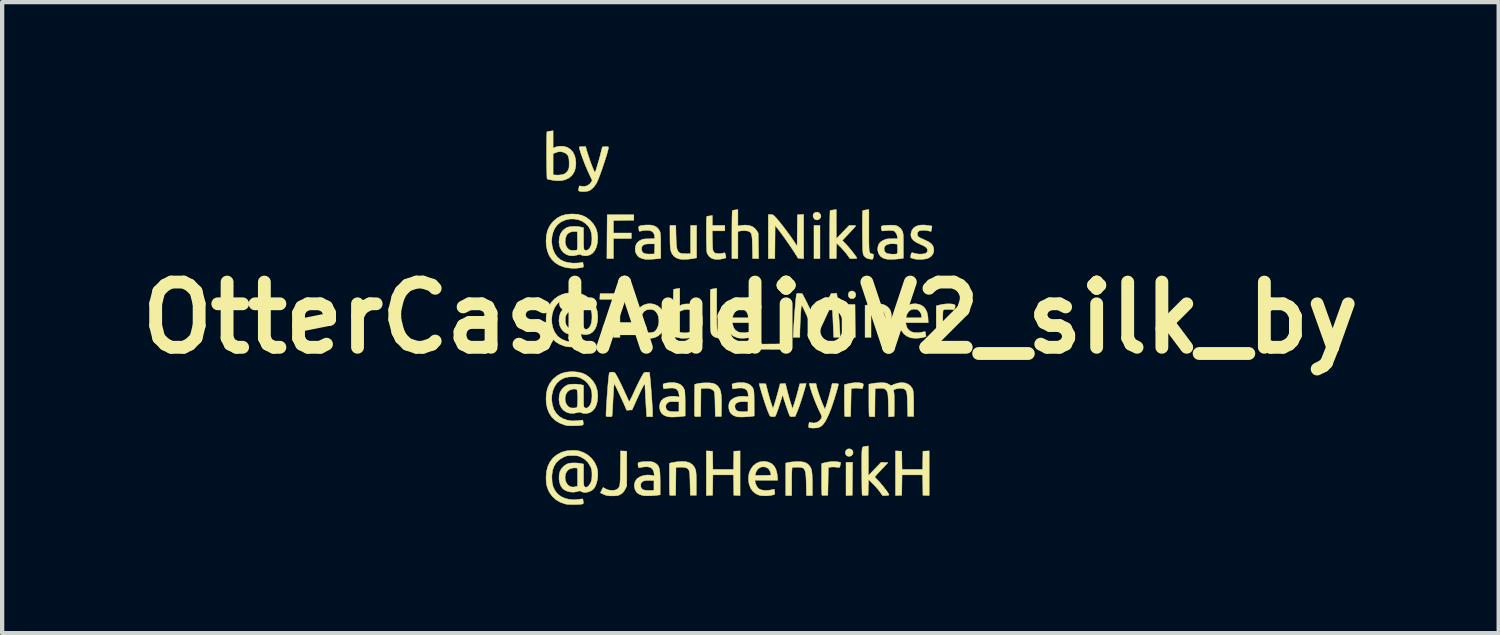
<source format=kicad_pcb>
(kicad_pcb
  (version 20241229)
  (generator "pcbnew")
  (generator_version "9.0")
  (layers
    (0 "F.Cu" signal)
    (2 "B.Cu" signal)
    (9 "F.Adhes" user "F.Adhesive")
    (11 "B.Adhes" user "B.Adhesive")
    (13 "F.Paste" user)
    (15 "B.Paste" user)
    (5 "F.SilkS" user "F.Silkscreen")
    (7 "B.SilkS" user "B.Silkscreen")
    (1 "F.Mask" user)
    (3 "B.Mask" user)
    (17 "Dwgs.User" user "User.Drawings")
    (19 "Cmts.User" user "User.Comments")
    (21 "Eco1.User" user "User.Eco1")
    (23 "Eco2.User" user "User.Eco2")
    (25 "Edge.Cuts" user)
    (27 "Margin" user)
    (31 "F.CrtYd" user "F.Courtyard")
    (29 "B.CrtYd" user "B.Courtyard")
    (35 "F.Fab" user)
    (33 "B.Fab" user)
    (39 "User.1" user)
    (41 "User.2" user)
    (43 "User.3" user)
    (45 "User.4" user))
  (footprint "OtterCastAudioV2_silk_by"
    (layer "F.Cu")
    (at 14.485 4.376)
    (property "Reference" "OtterCastAudioV2_silk_by" (at 0 0 0) (layer "F.SilkS") (effects (font (size 1.524 1.524) (thickness 0.3))))
    (attr through_hole)
    (fp_poly (pts (xy 1.626 -1.384) (xy 1.486 -1.384) (xy 1.486 -2.159) (xy 1.626 -2.159) (xy 1.626 -1.384)) (stroke (width 0.01) (type solid)) (fill yes) (layer "F.SilkS"))
    (fp_poly (pts (xy 2.381 4.147) (xy 2.308 4.15) (xy 2.235 4.154) (xy 2.235 3.378) (xy 2.388 3.378) (xy 2.381 4.147)) (stroke (width 0.01) (type solid)) (fill yes) (layer "F.SilkS"))
    (fp_poly (pts (xy 2.451 0.457) (xy 2.298 0.457) (xy 2.302 0.073) (xy 2.305 -0.311) (xy 2.445 -0.311) (xy 2.451 0.457)) (stroke (width 0.01) (type solid)) (fill yes) (layer "F.SilkS"))
    (fp_poly (pts (xy -2.72 -0.498) (xy -2.716 -0.432) (xy -3.048 -0.432) (xy -3.048 0.457) (xy -3.2 0.457) (xy -3.2 -0.432) (xy -3.519 -0.432) (xy -3.512 -0.565) (xy -2.724 -0.565) (xy -2.72 -0.498)) (stroke (width 0.01) (type solid)) (fill yes) (layer "F.SilkS"))
    (fp_poly (pts (xy -2.724 -2.28) (xy -3.2 -2.273) (xy -3.2 -1.981) (xy -2.781 -1.981) (xy -2.781 -1.854) (xy -3.2 -1.854) (xy -3.2 -1.384) (xy -3.353 -1.384) (xy -3.35 -1.895) (xy -3.346 -2.407) (xy -2.724 -2.407) (xy -2.724 -2.28)) (stroke (width 0.01) (type solid)) (fill yes) (layer "F.SilkS"))
    (fp_poly (pts (xy 0.914 0.737) (xy 0.546 0.737) (xy 0.436 0.736) (xy 0.35 0.736) (xy 0.284 0.735) (xy 0.236 0.733) (xy 0.203 0.73) (xy 0.182 0.726) (xy 0.172 0.722) (xy 0.17 0.719) (xy 0.167 0.694) (xy 0.167 0.66) (xy 0.167 0.658) (xy 0.171 0.616) (xy 0.914 0.609) (xy 0.914 0.737)) (stroke (width 0.01) (type solid)) (fill yes) (layer "F.SilkS"))
    (fp_poly (pts (xy 1.606 -2.454) (xy 1.635 -2.42) (xy 1.637 -2.418) (xy 1.649 -2.38) (xy 1.645 -2.35) (xy 1.625 -2.319) (xy 1.593 -2.293) (xy 1.556 -2.286) (xy 1.515 -2.295) (xy 1.487 -2.319) (xy 1.465 -2.364) (xy 1.465 -2.407) (xy 1.486 -2.443) (xy 1.521 -2.465) (xy 1.565 -2.47) (xy 1.606 -2.454)) (stroke (width 0.01) (type solid)) (fill yes) (layer "F.SilkS"))
    (fp_poly (pts (xy 2.353 3.071) (xy 2.386 3.1) (xy 2.4 3.143) (xy 2.4 3.15) (xy 2.39 3.191) (xy 2.362 3.221) (xy 2.325 3.237) (xy 2.284 3.238) (xy 2.247 3.219) (xy 2.241 3.213) (xy 2.22 3.174) (xy 2.219 3.132) (xy 2.237 3.095) (xy 2.269 3.069) (xy 2.307 3.061) (xy 2.353 3.071)) (stroke (width 0.01) (type solid)) (fill yes) (layer "F.SilkS"))
    (fp_poly (pts (xy 2.429 -0.608) (xy 2.455 -0.576) (xy 2.464 -0.538) (xy 2.453 -0.492) (xy 2.424 -0.459) (xy 2.382 -0.445) (xy 2.375 -0.445) (xy 2.338 -0.453) (xy 2.311 -0.47) (xy 2.291 -0.506) (xy 2.287 -0.549) (xy 2.299 -0.589) (xy 2.312 -0.603) (xy 2.351 -0.625) (xy 2.392 -0.625) (xy 2.429 -0.608)) (stroke (width 0.01) (type solid)) (fill yes) (layer "F.SilkS"))
    (fp_poly (pts (xy -0.241 4.154) (xy -0.314 4.15) (xy -0.387 4.147) (xy -0.391 3.908) (xy -0.394 3.67) (xy -0.876 3.67) (xy -0.883 4.147) (xy -0.956 4.15) (xy -1.029 4.154) (xy -1.029 3.11) (xy -0.883 3.118) (xy -0.876 3.543) (xy -0.394 3.543) (xy -0.391 3.331) (xy -0.387 3.118) (xy -0.241 3.11) (xy -0.241 4.154)) (stroke (width 0.01) (type solid)) (fill yes) (layer "F.SilkS"))
    (fp_poly (pts (xy 4.178 4.154) (xy 4.105 4.15) (xy 4.032 4.147) (xy 4.029 3.908) (xy 4.025 3.67) (xy 3.544 3.67) (xy 3.537 4.147) (xy 3.464 4.15) (xy 3.391 4.154) (xy 3.391 3.11) (xy 3.537 3.118) (xy 3.544 3.543) (xy 4.025 3.543) (xy 4.029 3.331) (xy 4.032 3.118) (xy 4.178 3.11) (xy 4.178 4.154)) (stroke (width 0.01) (type solid)) (fill yes) (layer "F.SilkS"))
    (fp_poly (pts (xy 4.677 -0.325) (xy 4.678 -0.325) (xy 4.733 -0.318) (xy 4.766 -0.309) (xy 4.782 -0.294) (xy 4.785 -0.271) (xy 4.78 -0.239) (xy 4.77 -0.204) (xy 4.758 -0.189) (xy 4.743 -0.188) (xy 4.707 -0.192) (xy 4.659 -0.194) (xy 4.608 -0.194) (xy 4.561 -0.193) (xy 4.528 -0.19) (xy 4.518 -0.188) (xy 4.511 -0.183) (xy 4.506 -0.174) (xy 4.502 -0.156) (xy 4.499 -0.128) (xy 4.497 -0.086) (xy 4.496 -0.027) (xy 4.496 0.051) (xy 4.496 0.139) (xy 4.496 0.457) (xy 4.343 0.457) (xy 4.343 -0.278) (xy 4.391 -0.292) (xy 4.493 -0.315) (xy 4.591 -0.326) (xy 4.677 -0.325)) (stroke (width 0.01) (type solid)) (fill yes) (layer "F.SilkS"))
    (fp_poly (pts (xy 1.245 -1.383) (xy 1.18 -1.387) (xy 1.115 -1.391) (xy 1.037 -1.515) (xy 0.979 -1.604) (xy 0.912 -1.704) (xy 0.84 -1.808) (xy 0.768 -1.909) (xy 0.702 -1.999) (xy 0.658 -2.056) (xy 0.578 -2.159) (xy 0.571 -1.384) (xy 0.419 -1.384) (xy 0.419 -2.413) (xy 0.474 -2.413) (xy 0.508 -2.411) (xy 0.534 -2.4) (xy 0.563 -2.376) (xy 0.579 -2.359) (xy 0.626 -2.307) (xy 0.683 -2.238) (xy 0.747 -2.158) (xy 0.815 -2.069) (xy 0.884 -1.977) (xy 0.949 -1.887) (xy 1.007 -1.803) (xy 1.042 -1.75) (xy 1.092 -1.673) (xy 1.095 -2.04) (xy 1.099 -2.407) (xy 1.245 -2.414) (xy 1.245 -1.383)) (stroke (width 0.01) (type solid)) (fill yes) (layer "F.SilkS"))
    (fp_poly (pts (xy 2.041 3.366) (xy 2.062 3.369) (xy 2.11 3.38) (xy 2.102 3.433) (xy 2.094 3.468) (xy 2.087 3.491) (xy 2.085 3.495) (xy 2.069 3.497) (xy 2.036 3.495) (xy 2.011 3.491) (xy 1.955 3.486) (xy 1.897 3.487) (xy 1.884 3.489) (xy 1.822 3.499) (xy 1.816 3.823) (xy 1.81 4.147) (xy 1.746 4.15) (xy 1.707 4.151) (xy 1.68 4.148) (xy 1.673 4.145) (xy 1.67 4.13) (xy 1.668 4.094) (xy 1.667 4.038) (xy 1.665 3.967) (xy 1.664 3.884) (xy 1.664 3.791) (xy 1.664 3.771) (xy 1.664 3.407) (xy 1.743 3.385) (xy 1.811 3.371) (xy 1.891 3.362) (xy 1.971 3.361) (xy 2.041 3.366)) (stroke (width 0.01) (type solid)) (fill yes) (layer "F.SilkS"))
    (fp_poly (pts (xy 3.033 -0.326) (xy 3.106 -0.311) (xy 3.167 -0.283) (xy 3.209 -0.251) (xy 3.237 -0.223) (xy 3.258 -0.194) (xy 3.275 -0.16) (xy 3.287 -0.119) (xy 3.294 -0.066) (xy 3.299 0.002) (xy 3.301 0.088) (xy 3.302 0.193) (xy 3.302 0.457) (xy 3.162 0.457) (xy 3.162 0.237) (xy 3.162 0.159) (xy 3.159 0.084) (xy 3.156 0.019) (xy 3.152 -0.031) (xy 3.149 -0.052) (xy 3.13 -0.114) (xy 3.097 -0.158) (xy 3.048 -0.185) (xy 2.981 -0.197) (xy 2.899 -0.194) (xy 2.819 -0.187) (xy 2.819 0.457) (xy 2.68 0.457) (xy 2.68 -0.29) (xy 2.715 -0.297) (xy 2.84 -0.319) (xy 2.945 -0.329) (xy 3.033 -0.326)) (stroke (width 0.01) (type solid)) (fill yes) (layer "F.SilkS"))
    (fp_poly (pts (xy -1.737 -1.902) (xy -1.733 -1.789) (xy -1.728 -1.699) (xy -1.719 -1.63) (xy -1.704 -1.578) (xy -1.682 -1.541) (xy -1.652 -1.517) (xy -1.611 -1.504) (xy -1.558 -1.498) (xy -1.491 -1.497) (xy -1.47 -1.497) (xy -1.397 -1.499) (xy -1.397 -2.159) (xy -1.257 -2.159) (xy -1.257 -1.4) (xy -1.33 -1.386) (xy -1.416 -1.373) (xy -1.501 -1.366) (xy -1.579 -1.365) (xy -1.642 -1.371) (xy -1.666 -1.376) (xy -1.733 -1.401) (xy -1.782 -1.435) (xy -1.822 -1.483) (xy -1.84 -1.514) (xy -1.854 -1.549) (xy -1.864 -1.59) (xy -1.871 -1.641) (xy -1.876 -1.707) (xy -1.878 -1.79) (xy -1.879 -1.895) (xy -1.879 -1.902) (xy -1.88 -2.159) (xy -1.743 -2.159) (xy -1.737 -1.902)) (stroke (width 0.01) (type solid)) (fill yes) (layer "F.SilkS"))
    (fp_poly (pts (xy 2.527 1.517) (xy 2.582 1.524) (xy 2.616 1.531) (xy 2.633 1.542) (xy 2.639 1.558) (xy 2.636 1.584) (xy 2.635 1.592) (xy 2.628 1.627) (xy 2.62 1.65) (xy 2.618 1.653) (xy 2.602 1.656) (xy 2.569 1.653) (xy 2.538 1.649) (xy 2.475 1.643) (xy 2.418 1.646) (xy 2.411 1.647) (xy 2.356 1.658) (xy 2.343 2.305) (xy 2.279 2.309) (xy 2.241 2.309) (xy 2.213 2.306) (xy 2.206 2.304) (xy 2.204 2.289) (xy 2.202 2.252) (xy 2.2 2.197) (xy 2.199 2.126) (xy 2.198 2.042) (xy 2.197 1.95) (xy 2.197 1.929) (xy 2.197 1.563) (xy 2.25 1.549) (xy 2.346 1.528) (xy 2.438 1.517) (xy 2.516 1.516) (xy 2.527 1.517)) (stroke (width 0.01) (type solid)) (fill yes) (layer "F.SilkS"))
    (fp_poly (pts (xy -2.961 3.114) (xy -2.889 3.118) (xy -2.889 3.931) (xy -2.927 4.007) (xy -2.957 4.058) (xy -2.989 4.094) (xy -3.027 4.121) (xy -3.06 4.139) (xy -3.091 4.151) (xy -3.127 4.157) (xy -3.178 4.161) (xy -3.205 4.162) (xy -3.278 4.161) (xy -3.338 4.156) (xy -3.372 4.149) (xy -3.416 4.132) (xy -3.459 4.113) (xy -3.464 4.11) (xy -3.505 4.089) (xy -3.474 4.026) (xy -3.442 3.964) (xy -3.382 3.998) (xy -3.323 4.022) (xy -3.257 4.033) (xy -3.193 4.032) (xy -3.138 4.019) (xy -3.116 4.006) (xy -3.096 3.99) (xy -3.08 3.975) (xy -3.068 3.956) (xy -3.058 3.932) (xy -3.051 3.898) (xy -3.046 3.853) (xy -3.043 3.794) (xy -3.04 3.717) (xy -3.039 3.621) (xy -3.038 3.508) (xy -3.034 3.11) (xy -2.961 3.114)) (stroke (width 0.01) (type solid)) (fill yes) (layer "F.SilkS"))
    (fp_poly (pts (xy -0.292 -2.146) (xy -0.238 -2.156) (xy -0.128 -2.167) (xy -0.033 -2.159) (xy 0.047 -2.131) (xy 0.11 -2.084) (xy 0.146 -2.039) (xy 0.184 -1.977) (xy 0.188 -1.681) (xy 0.192 -1.384) (xy 0.053 -1.384) (xy 0.048 -1.648) (xy 0.045 -1.75) (xy 0.042 -1.829) (xy 0.037 -1.89) (xy 0.029 -1.935) (xy 0.019 -1.967) (xy 0.004 -1.99) (xy -0.014 -2.006) (xy -0.03 -2.016) (xy -0.076 -2.03) (xy -0.138 -2.036) (xy -0.206 -2.033) (xy -0.244 -2.027) (xy -0.292 -2.018) (xy -0.292 -1.384) (xy -0.432 -1.384) (xy -0.432 -1.942) (xy -0.432 -2.059) (xy -0.431 -2.167) (xy -0.43 -2.265) (xy -0.429 -2.35) (xy -0.427 -2.419) (xy -0.426 -2.47) (xy -0.424 -2.499) (xy -0.422 -2.506) (xy -0.405 -2.511) (xy -0.372 -2.518) (xy -0.352 -2.521) (xy -0.292 -2.53) (xy -0.292 -2.146)) (stroke (width 0.01) (type solid)) (fill yes) (layer "F.SilkS"))
    (fp_poly (pts (xy 1.202 3.365) (xy 1.268 3.378) (xy 1.32 3.403) (xy 1.365 3.442) (xy 1.376 3.454) (xy 1.398 3.485) (xy 1.416 3.519) (xy 1.429 3.56) (xy 1.438 3.612) (xy 1.443 3.678) (xy 1.447 3.762) (xy 1.448 3.867) (xy 1.448 3.889) (xy 1.448 4.153) (xy 1.311 4.153) (xy 1.305 3.889) (xy 1.302 3.778) (xy 1.297 3.689) (xy 1.289 3.621) (xy 1.275 3.57) (xy 1.256 3.534) (xy 1.23 3.511) (xy 1.194 3.498) (xy 1.148 3.492) (xy 1.092 3.491) (xy 1.043 3.492) (xy 1.003 3.495) (xy 0.98 3.498) (xy 0.977 3.499) (xy 0.974 3.514) (xy 0.971 3.551) (xy 0.968 3.608) (xy 0.966 3.683) (xy 0.965 3.771) (xy 0.965 3.83) (xy 0.965 4.153) (xy 0.826 4.153) (xy 0.826 3.394) (xy 0.911 3.377) (xy 0.965 3.369) (xy 1.032 3.364) (xy 1.1 3.361) (xy 1.118 3.36) (xy 1.202 3.365)) (stroke (width 0.01) (type solid)) (fill yes) (layer "F.SilkS"))
    (fp_poly (pts (xy -0.945 1.522) (xy -0.875 1.532) (xy -0.82 1.551) (xy -0.776 1.582) (xy -0.739 1.625) (xy -0.716 1.662) (xy -0.699 1.707) (xy -0.687 1.763) (xy -0.679 1.832) (xy -0.675 1.919) (xy -0.675 2.027) (xy -0.675 2.076) (xy -0.679 2.305) (xy -0.819 2.305) (xy -0.826 2.023) (xy -0.828 1.931) (xy -0.83 1.86) (xy -0.833 1.808) (xy -0.836 1.771) (xy -0.84 1.745) (xy -0.846 1.726) (xy -0.854 1.712) (xy -0.858 1.706) (xy -0.898 1.673) (xy -0.958 1.653) (xy -1.036 1.646) (xy -1.076 1.648) (xy -1.155 1.654) (xy -1.162 2.305) (xy -1.229 2.309) (xy -1.274 2.309) (xy -1.298 2.301) (xy -1.302 2.296) (xy -1.304 2.279) (xy -1.305 2.241) (xy -1.306 2.184) (xy -1.306 2.111) (xy -1.306 2.027) (xy -1.305 1.934) (xy -1.305 1.918) (xy -1.302 1.556) (xy -1.238 1.539) (xy -1.198 1.532) (xy -1.142 1.525) (xy -1.077 1.521) (xy -1.035 1.52) (xy -0.945 1.522)) (stroke (width 0.01) (type solid)) (fill yes) (layer "F.SilkS"))
    (fp_poly (pts (xy -1.501 3.364) (xy -1.421 3.388) (xy -1.358 3.428) (xy -1.311 3.485) (xy -1.281 3.55) (xy -1.275 3.578) (xy -1.27 3.62) (xy -1.266 3.68) (xy -1.264 3.76) (xy -1.264 3.862) (xy -1.264 3.873) (xy -1.264 4.147) (xy -1.403 4.147) (xy -1.41 3.873) (xy -1.412 3.779) (xy -1.415 3.707) (xy -1.418 3.653) (xy -1.423 3.613) (xy -1.428 3.586) (xy -1.435 3.566) (xy -1.438 3.561) (xy -1.459 3.531) (xy -1.488 3.51) (xy -1.529 3.498) (xy -1.585 3.492) (xy -1.663 3.491) (xy -1.667 3.491) (xy -1.739 3.493) (xy -1.746 4.147) (xy -1.81 4.15) (xy -1.849 4.151) (xy -1.876 4.148) (xy -1.883 4.145) (xy -1.886 4.13) (xy -1.888 4.094) (xy -1.889 4.038) (xy -1.891 3.967) (xy -1.892 3.884) (xy -1.892 3.791) (xy -1.892 3.769) (xy -1.892 3.403) (xy -1.864 3.392) (xy -1.839 3.386) (xy -1.796 3.378) (xy -1.742 3.369) (xy -1.715 3.366) (xy -1.599 3.357) (xy -1.501 3.364)) (stroke (width 0.01) (type solid)) (fill yes) (layer "F.SilkS"))
    (fp_poly (pts (xy 2.007 -2.189) (xy 2.008 -1.848) (xy 2.158 -2.003) (xy 2.309 -2.159) (xy 2.388 -2.159) (xy 2.428 -2.157) (xy 2.455 -2.153) (xy 2.462 -2.147) (xy 2.452 -2.134) (xy 2.428 -2.106) (xy 2.392 -2.066) (xy 2.347 -2.018) (xy 2.303 -1.971) (xy 2.149 -1.808) (xy 2.246 -1.706) (xy 2.284 -1.664) (xy 2.326 -1.615) (xy 2.369 -1.563) (xy 2.41 -1.51) (xy 2.445 -1.463) (xy 2.472 -1.425) (xy 2.487 -1.399) (xy 2.489 -1.392) (xy 2.478 -1.388) (xy 2.447 -1.385) (xy 2.408 -1.384) (xy 2.326 -1.384) (xy 2.265 -1.47) (xy 2.228 -1.518) (xy 2.18 -1.574) (xy 2.13 -1.629) (xy 2.109 -1.651) (xy 2.013 -1.745) (xy 2.006 -1.384) (xy 1.854 -1.384) (xy 1.854 -1.942) (xy 1.854 -2.059) (xy 1.855 -2.167) (xy 1.856 -2.265) (xy 1.857 -2.35) (xy 1.859 -2.419) (xy 1.86 -2.47) (xy 1.862 -2.499) (xy 1.864 -2.506) (xy 1.881 -2.511) (xy 1.914 -2.517) (xy 1.94 -2.521) (xy 2.007 -2.53) (xy 2.007 -2.189)) (stroke (width 0.01) (type solid)) (fill yes) (layer "F.SilkS"))
    (fp_poly (pts (xy 2.769 -2.042) (xy 2.769 -1.912) (xy 2.769 -1.805) (xy 2.77 -1.719) (xy 2.772 -1.651) (xy 2.775 -1.599) (xy 2.78 -1.561) (xy 2.787 -1.534) (xy 2.796 -1.517) (xy 2.807 -1.506) (xy 2.822 -1.499) (xy 2.839 -1.495) (xy 2.845 -1.494) (xy 2.868 -1.488) (xy 2.878 -1.476) (xy 2.878 -1.452) (xy 2.875 -1.432) (xy 2.868 -1.397) (xy 2.861 -1.374) (xy 2.859 -1.371) (xy 2.843 -1.368) (xy 2.811 -1.37) (xy 2.79 -1.373) (xy 2.725 -1.39) (xy 2.678 -1.42) (xy 2.645 -1.464) (xy 2.639 -1.476) (xy 2.635 -1.493) (xy 2.631 -1.515) (xy 2.628 -1.546) (xy 2.625 -1.588) (xy 2.623 -1.645) (xy 2.622 -1.717) (xy 2.62 -1.808) (xy 2.619 -1.921) (xy 2.618 -1.999) (xy 2.618 -2.108) (xy 2.618 -2.21) (xy 2.618 -2.301) (xy 2.619 -2.378) (xy 2.62 -2.439) (xy 2.622 -2.481) (xy 2.624 -2.501) (xy 2.625 -2.502) (xy 2.643 -2.509) (xy 2.677 -2.517) (xy 2.702 -2.521) (xy 2.769 -2.53) (xy 2.769 -2.042)) (stroke (width 0.01) (type solid)) (fill yes) (layer "F.SilkS"))
    (fp_poly (pts (xy -0.787 -0.201) (xy -0.787 -0.071) (xy -0.787 0.037) (xy -0.786 0.123) (xy -0.784 0.191) (xy -0.781 0.243) (xy -0.776 0.281) (xy -0.769 0.308) (xy -0.76 0.326) (xy -0.749 0.337) (xy -0.734 0.344) (xy -0.716 0.348) (xy -0.711 0.349) (xy -0.686 0.357) (xy -0.677 0.371) (xy -0.679 0.399) (xy -0.68 0.404) (xy -0.688 0.449) (xy -0.696 0.473) (xy -0.704 0.481) (xy -0.708 0.481) (xy -0.725 0.478) (xy -0.758 0.472) (xy -0.773 0.469) (xy -0.837 0.449) (xy -0.882 0.417) (xy -0.911 0.378) (xy -0.917 0.365) (xy -0.921 0.349) (xy -0.925 0.327) (xy -0.928 0.296) (xy -0.931 0.253) (xy -0.933 0.197) (xy -0.934 0.125) (xy -0.936 0.034) (xy -0.937 -0.079) (xy -0.937 -0.157) (xy -0.938 -0.267) (xy -0.938 -0.369) (xy -0.938 -0.46) (xy -0.937 -0.537) (xy -0.935 -0.598) (xy -0.934 -0.64) (xy -0.932 -0.66) (xy -0.931 -0.661) (xy -0.913 -0.668) (xy -0.88 -0.675) (xy -0.854 -0.679) (xy -0.787 -0.688) (xy -0.787 -0.201)) (stroke (width 0.01) (type solid)) (fill yes) (layer "F.SilkS"))
    (fp_poly (pts (xy -0.889 -2.159) (xy -0.597 -2.159) (xy -0.597 -2.032) (xy -0.891 -2.032) (xy -0.887 -1.804) (xy -0.885 -1.722) (xy -0.883 -1.661) (xy -0.88 -1.617) (xy -0.876 -1.587) (xy -0.87 -1.566) (xy -0.862 -1.55) (xy -0.856 -1.541) (xy -0.839 -1.521) (xy -0.818 -1.51) (xy -0.788 -1.504) (xy -0.745 -1.501) (xy -0.697 -1.501) (xy -0.656 -1.506) (xy -0.634 -1.512) (xy -0.61 -1.52) (xy -0.594 -1.51) (xy -0.583 -1.48) (xy -0.578 -1.453) (xy -0.57 -1.401) (xy -0.624 -1.385) (xy -0.703 -1.369) (xy -0.784 -1.364) (xy -0.857 -1.372) (xy -0.861 -1.373) (xy -0.918 -1.398) (xy -0.969 -1.441) (xy -1.005 -1.494) (xy -1.015 -1.521) (xy -1.019 -1.547) (xy -1.022 -1.597) (xy -1.025 -1.666) (xy -1.027 -1.754) (xy -1.028 -1.857) (xy -1.029 -1.972) (xy -1.029 -2.084) (xy -1.028 -2.173) (xy -1.028 -2.242) (xy -1.026 -2.293) (xy -1.024 -2.329) (xy -1.022 -2.353) (xy -1.018 -2.367) (xy -1.013 -2.373) (xy -1.007 -2.375) (xy -1.006 -2.375) (xy -0.979 -2.377) (xy -0.942 -2.382) (xy -0.937 -2.383) (xy -0.889 -2.391) (xy -0.889 -2.159)) (stroke (width 0.01) (type solid)) (fill yes) (layer "F.SilkS"))
    (fp_poly (pts (xy -0.185 -0.327) (xy -0.096 -0.31) (xy -0.024 -0.273) (xy 0.032 -0.217) (xy 0.071 -0.142) (xy 0.094 -0.047) (xy 0.099 0.01) (xy 0.105 0.114) (xy -0.422 0.114) (xy -0.413 0.162) (xy -0.389 0.235) (xy -0.347 0.291) (xy -0.289 0.329) (xy -0.214 0.348) (xy -0.124 0.349) (xy -0.019 0.33) (xy 0.01 0.323) (xy 0.033 0.321) (xy 0.038 0.332) (xy 0.04 0.356) (xy 0.045 0.39) (xy 0.046 0.394) (xy 0.049 0.423) (xy 0.043 0.438) (xy 0.021 0.449) (xy -0.002 0.456) (xy -0.064 0.469) (xy -0.137 0.476) (xy -0.211 0.477) (xy -0.277 0.472) (xy -0.307 0.466) (xy -0.395 0.429) (xy -0.466 0.374) (xy -0.519 0.302) (xy -0.554 0.214) (xy -0.569 0.112) (xy -0.568 0.03) (xy -0.562 0) (xy -0.42 0) (xy -0.051 0) (xy -0.051 -0.033) (xy -0.061 -0.085) (xy -0.088 -0.136) (xy -0.125 -0.174) (xy -0.132 -0.179) (xy -0.19 -0.201) (xy -0.25 -0.201) (xy -0.306 -0.18) (xy -0.355 -0.141) (xy -0.393 -0.087) (xy -0.411 -0.035) (xy -0.42 0) (xy -0.562 0) (xy -0.55 -0.071) (xy -0.513 -0.158) (xy -0.46 -0.23) (xy -0.392 -0.283) (xy -0.311 -0.316) (xy -0.22 -0.328) (xy -0.185 -0.327)) (stroke (width 0.01) (type solid)) (fill yes) (layer "F.SilkS"))
    (fp_poly (pts (xy 3.877 -0.327) (xy 3.962 -0.308) (xy 4.033 -0.269) (xy 4.087 -0.211) (xy 4.126 -0.134) (xy 4.147 -0.039) (xy 4.151 0.009) (xy 4.156 0.114) (xy 3.629 0.114) (xy 3.638 0.162) (xy 3.662 0.235) (xy 3.705 0.29) (xy 3.764 0.328) (xy 3.839 0.348) (xy 3.928 0.349) (xy 4 0.338) (xy 4.042 0.329) (xy 4.073 0.324) (xy 4.085 0.322) (xy 4.088 0.334) (xy 4.093 0.364) (xy 4.096 0.382) (xy 4.104 0.44) (xy 4.049 0.456) (xy 3.987 0.469) (xy 3.914 0.476) (xy 3.84 0.477) (xy 3.774 0.472) (xy 3.744 0.466) (xy 3.656 0.429) (xy 3.586 0.374) (xy 3.532 0.302) (xy 3.498 0.215) (xy 3.482 0.113) (xy 3.484 0.032) (xy 3.49 0) (xy 3.635 0) (xy 4 0) (xy 4 -0.043) (xy 3.99 -0.09) (xy 3.964 -0.138) (xy 3.928 -0.176) (xy 3.911 -0.187) (xy 3.862 -0.201) (xy 3.805 -0.201) (xy 3.753 -0.187) (xy 3.747 -0.184) (xy 3.702 -0.149) (xy 3.666 -0.098) (xy 3.645 -0.043) (xy 3.635 0) (xy 3.49 0) (xy 3.499 -0.051) (xy 3.529 -0.132) (xy 3.57 -0.203) (xy 3.617 -0.254) (xy 3.685 -0.295) (xy 3.767 -0.321) (xy 3.855 -0.328) (xy 3.877 -0.327)) (stroke (width 0.01) (type solid)) (fill yes) (layer "F.SilkS"))
    (fp_poly (pts (xy 2.757 3.342) (xy 2.757 3.689) (xy 2.906 3.533) (xy 3.055 3.377) (xy 3.135 3.381) (xy 3.215 3.385) (xy 3.062 3.547) (xy 3.012 3.6) (xy 2.969 3.647) (xy 2.936 3.685) (xy 2.914 3.71) (xy 2.908 3.719) (xy 2.917 3.732) (xy 2.939 3.757) (xy 2.971 3.79) (xy 2.979 3.798) (xy 3.015 3.835) (xy 3.055 3.882) (xy 3.099 3.934) (xy 3.141 3.988) (xy 3.18 4.039) (xy 3.211 4.083) (xy 3.231 4.117) (xy 3.239 4.134) (xy 3.232 4.145) (xy 3.21 4.151) (xy 3.167 4.153) (xy 3.163 4.153) (xy 3.088 4.153) (xy 3.027 4.067) (xy 2.991 4.021) (xy 2.944 3.965) (xy 2.893 3.909) (xy 2.864 3.88) (xy 2.762 3.778) (xy 2.75 4.147) (xy 2.686 4.15) (xy 2.647 4.151) (xy 2.62 4.148) (xy 2.613 4.145) (xy 2.611 4.131) (xy 2.609 4.094) (xy 2.607 4.037) (xy 2.606 3.962) (xy 2.605 3.872) (xy 2.604 3.771) (xy 2.604 3.659) (xy 2.603 3.58) (xy 2.603 3.446) (xy 2.603 3.334) (xy 2.603 3.244) (xy 2.604 3.172) (xy 2.606 3.117) (xy 2.61 3.076) (xy 2.615 3.047) (xy 2.623 3.028) (xy 2.633 3.017) (xy 2.647 3.011) (xy 2.664 3.008) (xy 2.684 3.006) (xy 2.702 3.003) (xy 2.756 2.995) (xy 2.757 3.342)) (stroke (width 0.01) (type solid)) (fill yes) (layer "F.SilkS"))
    (fp_poly (pts (xy -2.245 -0.315) (xy -2.167 -0.279) (xy -2.097 -0.222) (xy -2.091 -0.215) (xy -2.038 -0.142) (xy -2.005 -0.062) (xy -1.99 0.031) (xy -1.989 0.076) (xy -1.997 0.177) (xy -2.022 0.262) (xy -2.066 0.337) (xy -2.091 0.367) (xy -2.161 0.427) (xy -2.242 0.465) (xy -2.331 0.481) (xy -2.426 0.473) (xy -2.465 0.463) (xy -2.537 0.428) (xy -2.601 0.373) (xy -2.654 0.302) (xy -2.673 0.264) (xy -2.692 0.217) (xy -2.703 0.176) (xy -2.708 0.128) (xy -2.709 0.076) (xy -2.557 0.076) (xy -2.549 0.167) (xy -2.525 0.242) (xy -2.486 0.299) (xy -2.434 0.337) (xy -2.407 0.347) (xy -2.364 0.351) (xy -2.313 0.346) (xy -2.265 0.334) (xy -2.235 0.32) (xy -2.211 0.295) (xy -2.185 0.258) (xy -2.172 0.234) (xy -2.148 0.166) (xy -2.138 0.088) (xy -2.142 0.009) (xy -2.16 -0.062) (xy -2.172 -0.088) (xy -2.21 -0.144) (xy -2.252 -0.178) (xy -2.304 -0.194) (xy -2.348 -0.196) (xy -2.42 -0.186) (xy -2.477 -0.155) (xy -2.519 -0.103) (xy -2.546 -0.033) (xy -2.557 0.058) (xy -2.557 0.076) (xy -2.709 0.076) (xy -2.708 0.016) (xy -2.702 -0.03) (xy -2.69 -0.072) (xy -2.673 -0.112) (xy -2.625 -0.192) (xy -2.563 -0.255) (xy -2.49 -0.3) (xy -2.41 -0.325) (xy -2.327 -0.33) (xy -2.245 -0.315)) (stroke (width 0.01) (type solid)) (fill yes) (layer "F.SilkS"))
    (fp_poly (pts (xy 0.337 3.356) (xy 0.425 3.373) (xy 0.497 3.408) (xy 0.553 3.462) (xy 0.595 3.536) (xy 0.621 3.63) (xy 0.631 3.705) (xy 0.639 3.797) (xy 0.105 3.797) (xy 0.114 3.847) (xy 0.136 3.914) (xy 0.172 3.97) (xy 0.212 4.004) (xy 0.261 4.022) (xy 0.326 4.033) (xy 0.397 4.034) (xy 0.465 4.026) (xy 0.483 4.021) (xy 0.521 4.012) (xy 0.548 4.007) (xy 0.557 4.007) (xy 0.561 4.022) (xy 0.566 4.052) (xy 0.568 4.069) (xy 0.571 4.104) (xy 0.566 4.122) (xy 0.548 4.133) (xy 0.525 4.14) (xy 0.468 4.152) (xy 0.398 4.159) (xy 0.326 4.16) (xy 0.26 4.157) (xy 0.213 4.149) (xy 0.128 4.112) (xy 0.059 4.056) (xy 0.006 3.982) (xy -0.029 3.891) (xy -0.038 3.848) (xy -0.046 3.738) (xy -0.038 3.683) (xy 0.111 3.683) (xy 0.297 3.683) (xy 0.377 3.682) (xy 0.434 3.68) (xy 0.469 3.676) (xy 0.482 3.67) (xy 0.483 3.669) (xy 0.475 3.625) (xy 0.455 3.576) (xy 0.428 3.534) (xy 0.418 3.523) (xy 0.37 3.494) (xy 0.311 3.482) (xy 0.25 3.489) (xy 0.224 3.499) (xy 0.176 3.535) (xy 0.138 3.588) (xy 0.119 3.643) (xy 0.111 3.683) (xy -0.038 3.683) (xy -0.031 3.634) (xy 0.007 3.541) (xy 0.064 3.462) (xy 0.134 3.404) (xy 0.215 3.368) (xy 0.305 3.355) (xy 0.337 3.356)) (stroke (width 0.01) (type solid)) (fill yes) (layer "F.SilkS"))
    (fp_poly (pts (xy 1.549 1.61) (xy 1.563 1.665) (xy 1.585 1.736) (xy 1.612 1.817) (xy 1.642 1.9) (xy 1.672 1.977) (xy 1.699 2.042) (xy 1.705 2.057) (xy 1.744 2.14) (xy 1.785 2.013) (xy 1.804 1.95) (xy 1.826 1.872) (xy 1.849 1.789) (xy 1.869 1.712) (xy 1.911 1.537) (xy 1.984 1.537) (xy 2.029 1.539) (xy 2.053 1.545) (xy 2.057 1.554) (xy 2.054 1.576) (xy 2.043 1.619) (xy 2.027 1.677) (xy 2.007 1.746) (xy 1.984 1.822) (xy 1.96 1.9) (xy 1.935 1.977) (xy 1.912 2.047) (xy 1.891 2.106) (xy 1.884 2.126) (xy 1.836 2.247) (xy 1.791 2.346) (xy 1.748 2.424) (xy 1.706 2.483) (xy 1.664 2.526) (xy 1.619 2.554) (xy 1.587 2.566) (xy 1.546 2.573) (xy 1.491 2.576) (xy 1.435 2.576) (xy 1.389 2.571) (xy 1.38 2.569) (xy 1.365 2.562) (xy 1.36 2.545) (xy 1.363 2.512) (xy 1.364 2.505) (xy 1.369 2.47) (xy 1.374 2.447) (xy 1.376 2.443) (xy 1.389 2.443) (xy 1.417 2.45) (xy 1.423 2.452) (xy 1.49 2.459) (xy 1.555 2.443) (xy 1.611 2.408) (xy 1.654 2.355) (xy 1.658 2.348) (xy 1.668 2.325) (xy 1.669 2.305) (xy 1.659 2.278) (xy 1.644 2.247) (xy 1.592 2.138) (xy 1.539 2.017) (xy 1.489 1.893) (xy 1.444 1.772) (xy 1.408 1.662) (xy 1.397 1.623) (xy 1.373 1.537) (xy 1.533 1.537) (xy 1.549 1.61)) (stroke (width 0.01) (type solid)) (fill yes) (layer "F.SilkS"))
    (fp_poly (pts (xy -1.651 -0.279) (xy -1.61 -0.301) (xy -1.563 -0.317) (xy -1.501 -0.324) (xy -1.433 -0.323) (xy -1.369 -0.315) (xy -1.318 -0.298) (xy -1.314 -0.296) (xy -1.24 -0.242) (xy -1.18 -0.169) (xy -1.154 -0.121) (xy -1.139 -0.084) (xy -1.13 -0.047) (xy -1.126 -0.001) (xy -1.124 0.063) (xy -1.124 0.07) (xy -1.125 0.132) (xy -1.128 0.178) (xy -1.136 0.213) (xy -1.148 0.248) (xy -1.157 0.267) (xy -1.206 0.348) (xy -1.267 0.408) (xy -1.342 0.449) (xy -1.434 0.472) (xy -1.499 0.477) (xy -1.551 0.478) (xy -1.597 0.478) (xy -1.627 0.476) (xy -1.632 0.475) (xy -1.658 0.47) (xy -1.699 0.461) (xy -1.73 0.455) (xy -1.803 0.441) (xy -1.803 -0.109) (xy -1.803 -0.149) (xy -1.651 -0.149) (xy -1.651 0.341) (xy -1.61 0.346) (xy -1.549 0.352) (xy -1.503 0.352) (xy -1.459 0.346) (xy -1.439 0.341) (xy -1.373 0.312) (xy -1.323 0.265) (xy -1.289 0.199) (xy -1.273 0.117) (xy -1.273 0.041) (xy -1.287 -0.047) (xy -1.317 -0.115) (xy -1.362 -0.162) (xy -1.422 -0.189) (xy -1.48 -0.196) (xy -1.537 -0.191) (xy -1.591 -0.175) (xy -1.597 -0.173) (xy -1.651 -0.149) (xy -1.803 -0.149) (xy -1.803 -0.225) (xy -1.803 -0.332) (xy -1.802 -0.429) (xy -1.8 -0.513) (xy -1.799 -0.581) (xy -1.797 -0.63) (xy -1.795 -0.659) (xy -1.794 -0.665) (xy -1.777 -0.669) (xy -1.743 -0.675) (xy -1.718 -0.679) (xy -1.651 -0.688) (xy -1.651 -0.279)) (stroke (width 0.01) (type solid)) (fill yes) (layer "F.SilkS"))
    (fp_poly (pts (xy -1.791 1.514) (xy -1.702 1.529) (xy -1.632 1.561) (xy -1.579 1.61) (xy -1.542 1.678) (xy -1.539 1.688) (xy -1.533 1.718) (xy -1.529 1.772) (xy -1.526 1.847) (xy -1.524 1.943) (xy -1.524 2.013) (xy -1.524 2.295) (xy -1.594 2.303) (xy -1.707 2.314) (xy -1.805 2.319) (xy -1.885 2.317) (xy -1.943 2.308) (xy -1.947 2.307) (xy -2.022 2.276) (xy -2.076 2.23) (xy -2.109 2.17) (xy -2.122 2.094) (xy -2.123 2.078) (xy -2.121 2.063) (xy -1.979 2.063) (xy -1.973 2.112) (xy -1.953 2.151) (xy -1.915 2.177) (xy -1.859 2.191) (xy -1.782 2.194) (xy -1.772 2.194) (xy -1.67 2.191) (xy -1.67 1.962) (xy -1.778 1.959) (xy -1.835 1.958) (xy -1.875 1.961) (xy -1.904 1.969) (xy -1.927 1.981) (xy -1.964 2.016) (xy -1.979 2.063) (xy -2.121 2.063) (xy -2.112 2) (xy -2.082 1.937) (xy -2.03 1.889) (xy -1.958 1.855) (xy -1.865 1.836) (xy -1.86 1.835) (xy -1.805 1.833) (xy -1.749 1.836) (xy -1.722 1.839) (xy -1.66 1.852) (xy -1.668 1.79) (xy -1.682 1.726) (xy -1.711 1.681) (xy -1.754 1.653) (xy -1.816 1.641) (xy -1.891 1.643) (xy -1.939 1.648) (xy -1.98 1.654) (xy -2.002 1.658) (xy -2.02 1.66) (xy -2.03 1.649) (xy -2.037 1.618) (xy -2.038 1.613) (xy -2.041 1.577) (xy -2.038 1.552) (xy -2.036 1.548) (xy -2.013 1.537) (xy -1.971 1.527) (xy -1.918 1.519) (xy -1.861 1.514) (xy -1.806 1.514) (xy -1.791 1.514)) (stroke (width 0.01) (type solid)) (fill yes) (layer "F.SilkS"))
    (fp_poly (pts (xy -4.61 -4.166) (xy -4.61 -3.962) (xy -4.569 -3.983) (xy -4.534 -3.995) (xy -4.486 -4.006) (xy -4.45 -4.01) (xy -4.357 -4.007) (xy -4.274 -3.981) (xy -4.203 -3.935) (xy -4.147 -3.871) (xy -4.106 -3.789) (xy -4.083 -3.692) (xy -4.077 -3.606) (xy -4.087 -3.5) (xy -4.117 -3.408) (xy -4.167 -3.331) (xy -4.234 -3.271) (xy -4.318 -3.23) (xy -4.351 -3.22) (xy -4.428 -3.205) (xy -4.51 -3.203) (xy -4.604 -3.212) (xy -4.644 -3.219) (xy -4.691 -3.228) (xy -4.728 -3.237) (xy -4.748 -3.244) (xy -4.749 -3.244) (xy -4.752 -3.258) (xy -4.754 -3.294) (xy -4.756 -3.35) (xy -4.758 -3.421) (xy -4.76 -3.504) (xy -4.761 -3.598) (xy -4.762 -3.697) (xy -4.763 -3.799) (xy -4.763 -3.833) (xy -4.61 -3.833) (xy -4.61 -3.342) (xy -4.556 -3.336) (xy -4.478 -3.335) (xy -4.404 -3.344) (xy -4.345 -3.362) (xy -4.312 -3.386) (xy -4.279 -3.42) (xy -4.269 -3.433) (xy -4.254 -3.459) (xy -4.244 -3.484) (xy -4.238 -3.514) (xy -4.236 -3.556) (xy -4.235 -3.612) (xy -4.238 -3.692) (xy -4.248 -3.751) (xy -4.266 -3.795) (xy -4.296 -3.828) (xy -4.339 -3.856) (xy -4.344 -3.858) (xy -4.414 -3.881) (xy -4.489 -3.879) (xy -4.562 -3.855) (xy -4.61 -3.833) (xy -4.763 -3.833) (xy -4.763 -3.902) (xy -4.763 -4.001) (xy -4.762 -4.093) (xy -4.761 -4.176) (xy -4.76 -4.246) (xy -4.758 -4.3) (xy -4.756 -4.335) (xy -4.753 -4.348) (xy -4.736 -4.352) (xy -4.702 -4.358) (xy -4.677 -4.362) (xy -4.61 -4.371) (xy -4.61 -4.166)) (stroke (width 0.01) (type solid)) (fill yes) (layer "F.SilkS"))
    (fp_poly (pts (xy -0.161 1.515) (xy -0.074 1.533) (xy -0.005 1.569) (xy 0.046 1.622) (xy 0.065 1.656) (xy 0.072 1.675) (xy 0.078 1.698) (xy 0.082 1.727) (xy 0.085 1.766) (xy 0.087 1.819) (xy 0.088 1.89) (xy 0.089 1.982) (xy 0.089 2.002) (xy 0.089 2.295) (xy 0.029 2.303) (xy -0.042 2.31) (xy -0.116 2.315) (xy -0.189 2.318) (xy -0.253 2.317) (xy -0.303 2.314) (xy -0.323 2.311) (xy -0.397 2.282) (xy -0.452 2.239) (xy -0.484 2.192) (xy -0.502 2.128) (xy -0.507 2.058) (xy -0.505 2.047) (xy -0.362 2.047) (xy -0.36 2.098) (xy -0.355 2.115) (xy -0.337 2.151) (xy -0.307 2.175) (xy -0.262 2.189) (xy -0.198 2.194) (xy -0.159 2.194) (xy -0.057 2.191) (xy -0.057 1.962) (xy -0.156 1.958) (xy -0.238 1.962) (xy -0.301 1.978) (xy -0.342 2.006) (xy -0.362 2.047) (xy -0.505 2.047) (xy -0.496 1.992) (xy -0.49 1.976) (xy -0.456 1.926) (xy -0.402 1.884) (xy -0.332 1.854) (xy -0.251 1.837) (xy -0.163 1.833) (xy -0.138 1.835) (xy -0.051 1.844) (xy -0.051 1.804) (xy -0.06 1.738) (xy -0.088 1.688) (xy -0.135 1.656) (xy -0.201 1.641) (xy -0.286 1.642) (xy -0.343 1.651) (xy -0.381 1.658) (xy -0.407 1.661) (xy -0.413 1.661) (xy -0.417 1.647) (xy -0.423 1.618) (xy -0.425 1.603) (xy -0.429 1.569) (xy -0.425 1.551) (xy -0.408 1.54) (xy -0.399 1.536) (xy -0.369 1.529) (xy -0.323 1.521) (xy -0.271 1.516) (xy -0.265 1.515) (xy -0.161 1.515)) (stroke (width 0.01) (type solid)) (fill yes) (layer "F.SilkS"))
    (fp_poly (pts (xy -3.835 -3.947) (xy -3.817 -3.883) (xy -3.792 -3.805) (xy -3.763 -3.718) (xy -3.733 -3.63) (xy -3.703 -3.551) (xy -3.682 -3.499) (xy -3.66 -3.447) (xy -3.645 -3.416) (xy -3.636 -3.402) (xy -3.629 -3.403) (xy -3.622 -3.416) (xy -3.621 -3.418) (xy -3.605 -3.464) (xy -3.585 -3.529) (xy -3.561 -3.609) (xy -3.536 -3.697) (xy -3.511 -3.789) (xy -3.501 -3.83) (xy -3.459 -3.994) (xy -3.387 -3.998) (xy -3.344 -3.999) (xy -3.321 -3.994) (xy -3.315 -3.984) (xy -3.319 -3.954) (xy -3.331 -3.904) (xy -3.349 -3.838) (xy -3.373 -3.759) (xy -3.401 -3.672) (xy -3.431 -3.58) (xy -3.462 -3.488) (xy -3.494 -3.398) (xy -3.524 -3.316) (xy -3.552 -3.244) (xy -3.577 -3.186) (xy -3.59 -3.159) (xy -3.632 -3.09) (xy -3.684 -3.03) (xy -3.739 -2.985) (xy -3.766 -2.97) (xy -3.812 -2.956) (xy -3.87 -2.949) (xy -3.929 -2.948) (xy -3.98 -2.954) (xy -3.996 -2.959) (xy -4.013 -2.968) (xy -4.018 -2.983) (xy -4.014 -3.012) (xy -4.011 -3.025) (xy -4.003 -3.058) (xy -3.998 -3.079) (xy -3.996 -3.082) (xy -3.983 -3.081) (xy -3.955 -3.076) (xy -3.946 -3.074) (xy -3.874 -3.07) (xy -3.808 -3.089) (xy -3.752 -3.129) (xy -3.723 -3.166) (xy -3.696 -3.21) (xy -3.77 -3.367) (xy -3.804 -3.441) (xy -3.84 -3.524) (xy -3.875 -3.61) (xy -3.908 -3.697) (xy -3.939 -3.78) (xy -3.965 -3.855) (xy -3.984 -3.918) (xy -3.997 -3.965) (xy -4 -3.99) (xy -3.989 -3.996) (xy -3.959 -3.999) (xy -3.925 -4) (xy -3.849 -4) (xy -3.835 -3.947)) (stroke (width 0.01) (type solid)) (fill yes) (layer "F.SilkS"))
    (fp_poly (pts (xy 4.163 -2.157) (xy 4.244 -2.143) (xy 4.235 -2.084) (xy 4.229 -2.049) (xy 4.224 -2.025) (xy 4.222 -2.02) (xy 4.207 -2.02) (xy 4.178 -2.027) (xy 4.167 -2.03) (xy 4.116 -2.04) (xy 4.057 -2.044) (xy 4 -2.042) (xy 3.954 -2.034) (xy 3.944 -2.03) (xy 3.913 -2.003) (xy 3.9 -1.963) (xy 3.907 -1.92) (xy 3.917 -1.903) (xy 3.937 -1.886) (xy 3.971 -1.866) (xy 4.023 -1.842) (xy 4.058 -1.826) (xy 4.136 -1.79) (xy 4.194 -1.756) (xy 4.234 -1.723) (xy 4.261 -1.686) (xy 4.279 -1.643) (xy 4.28 -1.639) (xy 4.287 -1.568) (xy 4.271 -1.502) (xy 4.233 -1.446) (xy 4.176 -1.403) (xy 4.15 -1.391) (xy 4.091 -1.375) (xy 4.018 -1.366) (xy 3.941 -1.364) (xy 3.868 -1.369) (xy 3.825 -1.378) (xy 3.785 -1.39) (xy 3.756 -1.399) (xy 3.747 -1.403) (xy 3.744 -1.418) (xy 3.747 -1.449) (xy 3.751 -1.468) (xy 3.76 -1.503) (xy 3.771 -1.519) (xy 3.787 -1.52) (xy 3.79 -1.52) (xy 3.818 -1.512) (xy 3.858 -1.502) (xy 3.873 -1.498) (xy 3.926 -1.49) (xy 3.985 -1.488) (xy 4.041 -1.493) (xy 4.088 -1.504) (xy 4.115 -1.518) (xy 4.137 -1.553) (xy 4.138 -1.594) (xy 4.118 -1.633) (xy 4.108 -1.643) (xy 4.083 -1.661) (xy 4.041 -1.685) (xy 3.989 -1.709) (xy 3.964 -1.72) (xy 3.875 -1.764) (xy 3.81 -1.81) (xy 3.769 -1.861) (xy 3.75 -1.917) (xy 3.753 -1.979) (xy 3.777 -2.051) (xy 3.821 -2.106) (xy 3.883 -2.144) (xy 3.962 -2.165) (xy 4.059 -2.169) (xy 4.163 -2.157)) (stroke (width 0.01) (type solid)) (fill yes) (layer "F.SilkS"))
    (fp_poly (pts (xy -2.362 3.361) (xy -2.317 3.363) (xy -2.284 3.369) (xy -2.256 3.379) (xy -2.239 3.387) (xy -2.202 3.41) (xy -2.173 3.435) (xy -2.15 3.466) (xy -2.133 3.506) (xy -2.122 3.558) (xy -2.114 3.625) (xy -2.11 3.709) (xy -2.108 3.815) (xy -2.108 3.862) (xy -2.108 4.137) (xy -2.168 4.145) (xy -2.251 4.154) (xy -2.334 4.159) (xy -2.412 4.16) (xy -2.478 4.157) (xy -2.526 4.15) (xy -2.529 4.149) (xy -2.602 4.121) (xy -2.653 4.083) (xy -2.688 4.032) (xy -2.707 3.973) (xy -2.711 3.915) (xy -2.565 3.915) (xy -2.557 3.964) (xy -2.532 4) (xy -2.489 4.023) (xy -2.425 4.034) (xy -2.356 4.035) (xy -2.254 4.032) (xy -2.254 3.804) (xy -2.355 3.8) (xy -2.438 3.802) (xy -2.5 3.816) (xy -2.54 3.843) (xy -2.562 3.883) (xy -2.565 3.915) (xy -2.711 3.915) (xy -2.712 3.898) (xy -2.694 3.828) (xy -2.655 3.767) (xy -2.641 3.754) (xy -2.58 3.714) (xy -2.503 3.687) (xy -2.418 3.674) (xy -2.331 3.677) (xy -2.308 3.681) (xy -2.248 3.692) (xy -2.248 3.656) (xy -2.253 3.621) (xy -2.265 3.579) (xy -2.268 3.57) (xy -2.297 3.524) (xy -2.342 3.495) (xy -2.403 3.481) (xy -2.483 3.484) (xy -2.54 3.493) (xy -2.579 3.499) (xy -2.605 3.501) (xy -2.613 3.5) (xy -2.618 3.485) (xy -2.624 3.455) (xy -2.625 3.443) (xy -2.628 3.409) (xy -2.622 3.391) (xy -2.602 3.379) (xy -2.596 3.377) (xy -2.568 3.37) (xy -2.522 3.365) (xy -2.465 3.361) (xy -2.426 3.36) (xy -2.362 3.361)) (stroke (width 0.01) (type solid)) (fill yes) (layer "F.SilkS"))
    (fp_poly (pts (xy 3.611 1.523) (xy 3.682 1.549) (xy 3.74 1.591) (xy 3.783 1.649) (xy 3.799 1.689) (xy 3.805 1.725) (xy 3.81 1.783) (xy 3.814 1.862) (xy 3.815 1.965) (xy 3.816 2.026) (xy 3.816 2.305) (xy 3.677 2.305) (xy 3.67 2.026) (xy 3.668 1.929) (xy 3.665 1.855) (xy 3.661 1.799) (xy 3.656 1.757) (xy 3.648 1.727) (xy 3.638 1.705) (xy 3.624 1.687) (xy 3.608 1.671) (xy 3.576 1.655) (xy 3.527 1.648) (xy 3.472 1.649) (xy 3.417 1.658) (xy 3.389 1.668) (xy 3.343 1.687) (xy 3.354 1.742) (xy 3.358 1.772) (xy 3.361 1.822) (xy 3.362 1.888) (xy 3.363 1.964) (xy 3.363 2.045) (xy 3.363 2.051) (xy 3.359 2.305) (xy 3.294 2.309) (xy 3.229 2.313) (xy 3.224 2.042) (xy 3.222 1.95) (xy 3.219 1.879) (xy 3.216 1.826) (xy 3.212 1.787) (xy 3.207 1.759) (xy 3.2 1.736) (xy 3.193 1.721) (xy 3.165 1.68) (xy 3.124 1.655) (xy 3.069 1.645) (xy 2.995 1.648) (xy 2.915 1.657) (xy 2.911 1.984) (xy 2.908 2.311) (xy 2.847 2.311) (xy 2.809 2.31) (xy 2.783 2.306) (xy 2.777 2.303) (xy 2.775 2.289) (xy 2.773 2.252) (xy 2.771 2.197) (xy 2.77 2.125) (xy 2.769 2.042) (xy 2.769 1.949) (xy 2.769 1.923) (xy 2.769 1.552) (xy 2.854 1.535) (xy 2.909 1.527) (xy 2.977 1.521) (xy 3.043 1.518) (xy 3.054 1.518) (xy 3.112 1.519) (xy 3.153 1.522) (xy 3.185 1.53) (xy 3.216 1.545) (xy 3.229 1.552) (xy 3.29 1.586) (xy 3.356 1.556) (xy 3.445 1.526) (xy 3.531 1.515) (xy 3.611 1.523)) (stroke (width 0.01) (type solid)) (fill yes) (layer "F.SilkS"))
    (fp_poly (pts (xy -2.337 -2.168) (xy -2.256 -2.151) (xy -2.191 -2.118) (xy -2.143 -2.068) (xy -2.115 -2.017) (xy -2.109 -1.996) (xy -2.103 -1.967) (xy -2.1 -1.928) (xy -2.097 -1.875) (xy -2.096 -1.804) (xy -2.096 -1.712) (xy -2.095 -1.678) (xy -2.095 -1.388) (xy -2.169 -1.38) (xy -2.243 -1.373) (xy -2.315 -1.368) (xy -2.377 -1.365) (xy -2.426 -1.364) (xy -2.456 -1.366) (xy -2.457 -1.366) (xy -2.52 -1.382) (xy -2.564 -1.397) (xy -2.596 -1.413) (xy -2.62 -1.433) (xy -2.627 -1.44) (xy -2.667 -1.493) (xy -2.688 -1.552) (xy -2.692 -1.608) (xy -2.692 -1.609) (xy -2.545 -1.609) (xy -2.536 -1.565) (xy -2.518 -1.53) (xy -2.487 -1.507) (xy -2.44 -1.494) (xy -2.374 -1.489) (xy -2.337 -1.49) (xy -2.242 -1.492) (xy -2.238 -1.61) (xy -2.234 -1.727) (xy -2.295 -1.728) (xy -2.379 -1.728) (xy -2.442 -1.722) (xy -2.486 -1.709) (xy -2.516 -1.689) (xy -2.535 -1.66) (xy -2.538 -1.651) (xy -2.545 -1.609) (xy -2.692 -1.609) (xy -2.682 -1.684) (xy -2.651 -1.747) (xy -2.598 -1.796) (xy -2.546 -1.824) (xy -2.509 -1.836) (xy -2.461 -1.843) (xy -2.395 -1.846) (xy -2.365 -1.846) (xy -2.235 -1.847) (xy -2.235 -1.889) (xy -2.246 -1.947) (xy -2.274 -1.996) (xy -2.311 -2.025) (xy -2.355 -2.039) (xy -2.414 -2.044) (xy -2.481 -2.041) (xy -2.539 -2.031) (xy -2.572 -2.024) (xy -2.594 -2.022) (xy -2.597 -2.022) (xy -2.601 -2.036) (xy -2.606 -2.066) (xy -2.608 -2.08) (xy -2.612 -2.114) (xy -2.607 -2.133) (xy -2.591 -2.144) (xy -2.581 -2.148) (xy -2.553 -2.155) (xy -2.507 -2.161) (xy -2.453 -2.167) (xy -2.437 -2.168) (xy -2.337 -2.168)) (stroke (width 0.01) (type solid)) (fill yes) (layer "F.SilkS"))
    (fp_poly (pts (xy 1.263 1.687) (xy 1.225 1.814) (xy 1.185 1.941) (xy 1.144 2.061) (xy 1.105 2.165) (xy 1.087 2.21) (xy 1.047 2.305) (xy 0.987 2.309) (xy 0.951 2.31) (xy 0.93 2.304) (xy 0.917 2.286) (xy 0.908 2.264) (xy 0.896 2.234) (xy 0.878 2.185) (xy 0.857 2.124) (xy 0.834 2.056) (xy 0.812 1.987) (xy 0.791 1.924) (xy 0.775 1.871) (xy 0.766 1.841) (xy 0.76 1.822) (xy 0.755 1.814) (xy 0.748 1.822) (xy 0.739 1.847) (xy 0.725 1.893) (xy 0.719 1.911) (xy 0.68 2.038) (xy 0.637 2.163) (xy 0.607 2.245) (xy 0.592 2.283) (xy 0.579 2.302) (xy 0.561 2.31) (xy 0.53 2.311) (xy 0.528 2.311) (xy 0.491 2.308) (xy 0.464 2.299) (xy 0.46 2.295) (xy 0.445 2.27) (xy 0.425 2.224) (xy 0.399 2.16) (xy 0.371 2.082) (xy 0.34 1.993) (xy 0.309 1.896) (xy 0.277 1.796) (xy 0.253 1.716) (xy 0.235 1.654) (xy 0.22 1.602) (xy 0.209 1.563) (xy 0.204 1.542) (xy 0.203 1.541) (xy 0.215 1.538) (xy 0.245 1.538) (xy 0.282 1.539) (xy 0.36 1.543) (xy 0.408 1.727) (xy 0.428 1.803) (xy 0.45 1.881) (xy 0.471 1.952) (xy 0.489 2.008) (xy 0.492 2.017) (xy 0.528 2.122) (xy 0.565 2.01) (xy 0.582 1.955) (xy 0.603 1.883) (xy 0.625 1.804) (xy 0.646 1.728) (xy 0.648 1.721) (xy 0.695 1.543) (xy 0.757 1.539) (xy 0.819 1.536) (xy 0.856 1.685) (xy 0.876 1.764) (xy 0.9 1.853) (xy 0.925 1.939) (xy 0.939 1.981) (xy 0.985 2.127) (xy 1.034 1.976) (xy 1.057 1.9) (xy 1.083 1.814) (xy 1.105 1.731) (xy 1.118 1.684) (xy 1.153 1.543) (xy 1.229 1.539) (xy 1.305 1.536) (xy 1.263 1.687)) (stroke (width 0.01) (type solid)) (fill yes) (layer "F.SilkS"))
    (fp_poly (pts (xy 3.364 -2.163) (xy 3.396 -2.158) (xy 3.422 -2.149) (xy 3.448 -2.135) (xy 3.456 -2.131) (xy 3.508 -2.091) (xy 3.544 -2.038) (xy 3.545 -2.035) (xy 3.555 -2.015) (xy 3.562 -1.995) (xy 3.567 -1.972) (xy 3.571 -1.942) (xy 3.573 -1.901) (xy 3.574 -1.845) (xy 3.575 -1.772) (xy 3.575 -1.683) (xy 3.575 -1.391) (xy 3.518 -1.383) (xy 3.449 -1.375) (xy 3.375 -1.369) (xy 3.303 -1.366) (xy 3.239 -1.366) (xy 3.192 -1.37) (xy 3.179 -1.372) (xy 3.104 -1.394) (xy 3.049 -1.429) (xy 3.009 -1.479) (xy 2.991 -1.515) (xy 2.973 -1.589) (xy 2.976 -1.616) (xy 3.124 -1.616) (xy 3.132 -1.562) (xy 3.158 -1.525) (xy 3.192 -1.504) (xy 3.224 -1.496) (xy 3.271 -1.49) (xy 3.322 -1.487) (xy 3.372 -1.487) (xy 3.41 -1.491) (xy 3.426 -1.497) (xy 3.435 -1.511) (xy 3.439 -1.544) (xy 3.44 -1.597) (xy 3.439 -1.614) (xy 3.435 -1.721) (xy 3.372 -1.728) (xy 3.29 -1.731) (xy 3.222 -1.72) (xy 3.17 -1.697) (xy 3.137 -1.663) (xy 3.124 -1.618) (xy 3.124 -1.616) (xy 2.976 -1.616) (xy 2.981 -1.664) (xy 3 -1.715) (xy 3.022 -1.751) (xy 3.051 -1.778) (xy 3.093 -1.804) (xy 3.105 -1.81) (xy 3.142 -1.827) (xy 3.174 -1.838) (xy 3.208 -1.844) (xy 3.253 -1.847) (xy 3.311 -1.847) (xy 3.441 -1.846) (xy 3.434 -1.898) (xy 3.415 -1.961) (xy 3.379 -2.01) (xy 3.352 -2.03) (xy 3.323 -2.037) (xy 3.276 -2.04) (xy 3.216 -2.04) (xy 3.149 -2.036) (xy 3.093 -2.029) (xy 3.076 -2.031) (xy 3.066 -2.047) (xy 3.06 -2.081) (xy 3.057 -2.116) (xy 3.062 -2.135) (xy 3.078 -2.146) (xy 3.085 -2.15) (xy 3.111 -2.155) (xy 3.156 -2.16) (xy 3.212 -2.163) (xy 3.258 -2.164) (xy 3.32 -2.164) (xy 3.364 -2.163)) (stroke (width 0.01) (type solid)) (fill yes) (layer "F.SilkS"))
    (fp_poly (pts (xy 2.024 -0.524) (xy 2.029 -0.489) (xy 2.034 -0.431) (xy 2.041 -0.357) (xy 2.048 -0.27) (xy 2.056 -0.173) (xy 2.064 -0.072) (xy 2.072 0.03) (xy 2.079 0.129) (xy 2.085 0.22) (xy 2.09 0.299) (xy 2.093 0.363) (xy 2.095 0.408) (xy 2.095 0.416) (xy 2.095 0.457) (xy 1.948 0.457) (xy 1.932 0.117) (xy 1.927 -0.004) (xy 1.922 -0.101) (xy 1.917 -0.176) (xy 1.912 -0.228) (xy 1.905 -0.26) (xy 1.896 -0.272) (xy 1.884 -0.265) (xy 1.868 -0.242) (xy 1.848 -0.202) (xy 1.822 -0.147) (xy 1.795 -0.088) (xy 1.759 -0.011) (xy 1.724 0.065) (xy 1.692 0.134) (xy 1.666 0.191) (xy 1.65 0.226) (xy 1.609 0.319) (xy 1.486 0.311) (xy 1.353 0.02) (xy 1.316 -0.06) (xy 1.282 -0.133) (xy 1.252 -0.195) (xy 1.229 -0.243) (xy 1.214 -0.274) (xy 1.208 -0.283) (xy 1.197 -0.282) (xy 1.189 -0.257) (xy 1.188 -0.252) (xy 1.185 -0.222) (xy 1.181 -0.171) (xy 1.176 -0.104) (xy 1.172 -0.027) (xy 1.167 0.056) (xy 1.163 0.139) (xy 1.16 0.218) (xy 1.157 0.287) (xy 1.156 0.342) (xy 1.156 0.358) (xy 1.156 0.457) (xy 1 0.457) (xy 1.009 0.289) (xy 1.015 0.18) (xy 1.022 0.067) (xy 1.029 -0.047) (xy 1.038 -0.157) (xy 1.046 -0.261) (xy 1.054 -0.355) (xy 1.062 -0.434) (xy 1.069 -0.495) (xy 1.074 -0.535) (xy 1.075 -0.537) (xy 1.081 -0.558) (xy 1.092 -0.568) (xy 1.116 -0.57) (xy 1.146 -0.569) (xy 1.211 -0.565) (xy 1.281 -0.432) (xy 1.311 -0.374) (xy 1.347 -0.3) (xy 1.387 -0.218) (xy 1.427 -0.135) (xy 1.45 -0.083) (xy 1.549 0.132) (xy 1.602 0.012) (xy 1.626 -0.039) (xy 1.658 -0.106) (xy 1.695 -0.183) (xy 1.735 -0.264) (xy 1.771 -0.337) (xy 1.886 -0.565) (xy 1.951 -0.569) (xy 2.017 -0.573) (xy 2.024 -0.524)) (stroke (width 0.01) (type solid)) (fill yes) (layer "F.SilkS"))
    (fp_poly (pts (xy -3.195 1.272) (xy -3.172 1.283) (xy -3.151 1.308) (xy -3.145 1.319) (xy -3.118 1.365) (xy -3.083 1.431) (xy -3.043 1.511) (xy -2.999 1.602) (xy -2.954 1.698) (xy -2.915 1.784) (xy -2.888 1.844) (xy -2.864 1.896) (xy -2.846 1.935) (xy -2.835 1.956) (xy -2.833 1.959) (xy -2.825 1.951) (xy -2.809 1.923) (xy -2.787 1.879) (xy -2.759 1.823) (xy -2.731 1.762) (xy -2.686 1.664) (xy -2.642 1.571) (xy -2.6 1.486) (xy -2.562 1.412) (xy -2.529 1.352) (xy -2.503 1.308) (xy -2.486 1.285) (xy -2.484 1.284) (xy -2.461 1.275) (xy -2.424 1.272) (xy -2.411 1.272) (xy -2.356 1.276) (xy -2.341 1.429) (xy -2.333 1.515) (xy -2.325 1.612) (xy -2.317 1.715) (xy -2.309 1.82) (xy -2.302 1.922) (xy -2.296 2.017) (xy -2.291 2.101) (xy -2.287 2.169) (xy -2.286 2.216) (xy -2.286 2.221) (xy -2.286 2.311) (xy -2.423 2.311) (xy -2.43 2.207) (xy -2.433 2.16) (xy -2.437 2.099) (xy -2.441 2.026) (xy -2.445 1.946) (xy -2.45 1.864) (xy -2.454 1.785) (xy -2.458 1.711) (xy -2.461 1.649) (xy -2.463 1.602) (xy -2.464 1.575) (xy -2.464 1.572) (xy -2.469 1.553) (xy -2.474 1.549) (xy -2.484 1.561) (xy -2.503 1.594) (xy -2.531 1.648) (xy -2.567 1.72) (xy -2.609 1.81) (xy -2.658 1.916) (xy -2.69 1.988) (xy -2.765 2.153) (xy -2.891 2.16) (xy -2.939 2.048) (xy -2.961 1.998) (xy -2.992 1.931) (xy -3.027 1.856) (xy -3.063 1.778) (xy -3.084 1.734) (xy -3.181 1.531) (xy -3.19 1.607) (xy -3.193 1.642) (xy -3.197 1.697) (xy -3.201 1.768) (xy -3.206 1.85) (xy -3.211 1.939) (xy -3.213 1.988) (xy -3.218 2.073) (xy -3.222 2.15) (xy -3.226 2.215) (xy -3.23 2.264) (xy -3.233 2.294) (xy -3.234 2.302) (xy -3.25 2.308) (xy -3.281 2.311) (xy -3.318 2.311) (xy -3.351 2.308) (xy -3.369 2.302) (xy -3.371 2.301) (xy -3.373 2.284) (xy -3.373 2.245) (xy -3.371 2.187) (xy -3.367 2.114) (xy -3.362 2.03) (xy -3.356 1.937) (xy -3.35 1.839) (xy -3.342 1.74) (xy -3.335 1.642) (xy -3.327 1.549) (xy -3.319 1.465) (xy -3.312 1.393) (xy -3.305 1.337) (xy -3.3 1.298) (xy -3.296 1.283) (xy -3.279 1.275) (xy -3.247 1.27) (xy -3.232 1.27) (xy -3.195 1.272)) (stroke (width 0.01) (type solid)) (fill yes) (layer "F.SilkS"))
    (fp_poly (pts (xy -4.037 -2.418) (xy -3.931 -2.392) (xy -3.836 -2.347) (xy -3.749 -2.281) (xy -3.743 -2.275) (xy -3.667 -2.191) (xy -3.613 -2.101) (xy -3.581 -2.001) (xy -3.567 -1.888) (xy -3.567 -1.865) (xy -3.574 -1.752) (xy -3.597 -1.655) (xy -3.634 -1.575) (xy -3.684 -1.513) (xy -3.746 -1.471) (xy -3.819 -1.45) (xy -3.853 -1.448) (xy -3.898 -1.452) (xy -3.94 -1.463) (xy -3.951 -1.467) (xy -3.977 -1.478) (xy -4 -1.48) (xy -4.033 -1.471) (xy -4.046 -1.467) (xy -4.136 -1.448) (xy -4.222 -1.452) (xy -4.299 -1.478) (xy -4.366 -1.523) (xy -4.419 -1.585) (xy -4.455 -1.662) (xy -4.472 -1.752) (xy -4.473 -1.773) (xy -4.329 -1.773) (xy -4.315 -1.702) (xy -4.285 -1.641) (xy -4.259 -1.613) (xy -4.229 -1.59) (xy -4.2 -1.579) (xy -4.16 -1.575) (xy -4.143 -1.575) (xy -4.1 -1.577) (xy -4.067 -1.581) (xy -4.054 -1.585) (xy -4.048 -1.596) (xy -4.044 -1.62) (xy -4.041 -1.661) (xy -4.041 -1.722) (xy -4.041 -1.804) (xy -4.041 -1.804) (xy -4.045 -2.013) (xy -4.105 -2.017) (xy -4.175 -2.012) (xy -4.236 -1.989) (xy -4.282 -1.95) (xy -4.299 -1.923) (xy -4.323 -1.848) (xy -4.329 -1.773) (xy -4.473 -1.773) (xy -4.473 -1.773) (xy -4.465 -1.874) (xy -4.437 -1.962) (xy -4.389 -2.034) (xy -4.324 -2.089) (xy -4.282 -2.111) (xy -4.231 -2.126) (xy -4.163 -2.134) (xy -4.088 -2.136) (xy -4.014 -2.13) (xy -3.957 -2.12) (xy -3.899 -2.105) (xy -3.899 -1.855) (xy -3.898 -1.758) (xy -3.897 -1.685) (xy -3.893 -1.634) (xy -3.889 -1.602) (xy -3.884 -1.59) (xy -3.852 -1.575) (xy -3.815 -1.579) (xy -3.778 -1.602) (xy -3.768 -1.613) (xy -3.737 -1.659) (xy -3.716 -1.714) (xy -3.706 -1.784) (xy -3.703 -1.861) (xy -3.711 -1.963) (xy -3.736 -2.051) (xy -3.78 -2.128) (xy -3.844 -2.197) (xy -3.924 -2.254) (xy -4.017 -2.291) (xy -4.117 -2.309) (xy -4.22 -2.308) (xy -4.321 -2.286) (xy -4.416 -2.245) (xy -4.449 -2.224) (xy -4.521 -2.16) (xy -4.576 -2.081) (xy -4.614 -1.99) (xy -4.637 -1.891) (xy -4.644 -1.789) (xy -4.634 -1.687) (xy -4.609 -1.588) (xy -4.568 -1.498) (xy -4.511 -1.42) (xy -4.438 -1.357) (xy -4.432 -1.353) (xy -4.35 -1.314) (xy -4.251 -1.288) (xy -4.14 -1.277) (xy -4.023 -1.281) (xy -3.98 -1.286) (xy -3.915 -1.296) (xy -3.906 -1.243) (xy -3.902 -1.21) (xy -3.902 -1.189) (xy -3.903 -1.186) (xy -3.917 -1.181) (xy -3.948 -1.174) (xy -3.975 -1.168) (xy -4.068 -1.158) (xy -4.173 -1.158) (xy -4.276 -1.168) (xy -4.343 -1.182) (xy -4.46 -1.224) (xy -4.559 -1.284) (xy -4.64 -1.362) (xy -4.703 -1.456) (xy -4.746 -1.567) (xy -4.77 -1.693) (xy -4.775 -1.791) (xy -4.767 -1.92) (xy -4.742 -2.033) (xy -4.698 -2.132) (xy -4.636 -2.221) (xy -4.599 -2.26) (xy -4.514 -2.331) (xy -4.422 -2.381) (xy -4.318 -2.412) (xy -4.199 -2.425) (xy -4.159 -2.426) (xy -4.037 -2.418)) (stroke (width 0.01) (type solid)) (fill yes) (layer "F.SilkS"))
    (fp_poly (pts (xy -4.039 -0.576) (xy -3.935 -0.552) (xy -3.843 -0.509) (xy -3.757 -0.446) (xy -3.738 -0.429) (xy -3.664 -0.345) (xy -3.611 -0.254) (xy -3.58 -0.152) (xy -3.567 -0.036) (xy -3.567 -0.009) (xy -3.576 0.1) (xy -3.599 0.195) (xy -3.637 0.273) (xy -3.687 0.333) (xy -3.749 0.374) (xy -3.822 0.392) (xy -3.847 0.394) (xy -3.893 0.39) (xy -3.934 0.381) (xy -3.948 0.375) (xy -3.974 0.365) (xy -3.999 0.364) (xy -4.034 0.372) (xy -4.045 0.375) (xy -4.14 0.393) (xy -4.228 0.387) (xy -4.306 0.361) (xy -4.372 0.315) (xy -4.423 0.251) (xy -4.458 0.173) (xy -4.471 0.091) (xy -4.326 0.091) (xy -4.307 0.162) (xy -4.27 0.218) (xy -4.259 0.229) (xy -4.227 0.252) (xy -4.196 0.264) (xy -4.153 0.267) (xy -4.147 0.267) (xy -4.105 0.265) (xy -4.071 0.262) (xy -4.059 0.259) (xy -4.051 0.253) (xy -4.046 0.239) (xy -4.042 0.214) (xy -4.04 0.173) (xy -4.039 0.114) (xy -4.039 0.043) (xy -4.039 -0.165) (xy -4.071 -0.173) (xy -4.121 -0.177) (xy -4.176 -0.169) (xy -4.225 -0.152) (xy -4.24 -0.143) (xy -4.288 -0.096) (xy -4.316 -0.04) (xy -4.326 0.009) (xy -4.326 0.091) (xy -4.471 0.091) (xy -4.472 0.08) (xy -4.473 0.067) (xy -4.464 -0.035) (xy -4.435 -0.123) (xy -4.388 -0.194) (xy -4.323 -0.249) (xy -4.287 -0.268) (xy -4.24 -0.282) (xy -4.175 -0.29) (xy -4.102 -0.292) (xy -4.027 -0.288) (xy -3.963 -0.278) (xy -3.899 -0.265) (xy -3.899 -0.012) (xy -3.899 0.074) (xy -3.898 0.138) (xy -3.897 0.184) (xy -3.894 0.215) (xy -3.89 0.235) (xy -3.884 0.248) (xy -3.876 0.256) (xy -3.872 0.259) (xy -3.841 0.271) (xy -3.809 0.263) (xy -3.775 0.237) (xy -3.739 0.188) (xy -3.715 0.116) (xy -3.703 0.024) (xy -3.702 -0.019) (xy -3.704 -0.08) (xy -3.709 -0.125) (xy -3.719 -0.164) (xy -3.737 -0.207) (xy -3.738 -0.211) (xy -3.791 -0.297) (xy -3.86 -0.367) (xy -3.942 -0.419) (xy -4.035 -0.454) (xy -4.133 -0.47) (xy -4.234 -0.466) (xy -4.335 -0.441) (xy -4.431 -0.394) (xy -4.435 -0.391) (xy -4.508 -0.331) (xy -4.566 -0.254) (xy -4.608 -0.164) (xy -4.634 -0.066) (xy -4.644 0.037) (xy -4.637 0.14) (xy -4.614 0.24) (xy -4.575 0.332) (xy -4.518 0.413) (xy -4.488 0.444) (xy -4.407 0.501) (xy -4.31 0.542) (xy -4.202 0.564) (xy -4.086 0.567) (xy -4.014 0.56) (xy -3.969 0.553) (xy -3.935 0.549) (xy -3.918 0.549) (xy -3.918 0.549) (xy -3.914 0.562) (xy -3.908 0.592) (xy -3.906 0.605) (xy -3.897 0.658) (xy -3.962 0.672) (xy -4.025 0.681) (xy -4.102 0.684) (xy -4.183 0.683) (xy -4.26 0.678) (xy -4.323 0.668) (xy -4.331 0.666) (xy -4.45 0.622) (xy -4.552 0.56) (xy -4.637 0.481) (xy -4.702 0.384) (xy -4.749 0.271) (xy -4.756 0.245) (xy -4.768 0.179) (xy -4.774 0.097) (xy -4.774 0.01) (xy -4.768 -0.072) (xy -4.757 -0.141) (xy -4.756 -0.146) (xy -4.716 -0.255) (xy -4.657 -0.354) (xy -4.582 -0.437) (xy -4.494 -0.501) (xy -4.482 -0.507) (xy -4.399 -0.546) (xy -4.318 -0.57) (xy -4.229 -0.582) (xy -4.158 -0.584) (xy -4.039 -0.576)) (stroke (width 0.01) (type solid)) (fill yes) (layer "F.SilkS"))
    (fp_poly (pts (xy -4.036 3.106) (xy -4.002 3.112) (xy -3.895 3.15) (xy -3.797 3.208) (xy -3.711 3.284) (xy -3.643 3.375) (xy -3.594 3.477) (xy -3.581 3.517) (xy -3.567 3.603) (xy -3.566 3.696) (xy -3.577 3.79) (xy -3.6 3.878) (xy -3.632 3.953) (xy -3.652 3.984) (xy -3.697 4.027) (xy -3.755 4.059) (xy -3.819 4.078) (xy -3.882 4.082) (xy -3.937 4.069) (xy -3.954 4.06) (xy -3.976 4.048) (xy -3.996 4.046) (xy -4.026 4.053) (xy -4.045 4.06) (xy -4.121 4.075) (xy -4.201 4.072) (xy -4.28 4.053) (xy -4.348 4.021) (xy -4.39 3.986) (xy -4.432 3.925) (xy -4.459 3.848) (xy -4.472 3.763) (xy -4.471 3.73) (xy -4.331 3.73) (xy -4.324 3.794) (xy -4.303 3.854) (xy -4.268 3.903) (xy -4.222 3.938) (xy -4.189 3.949) (xy -4.16 3.954) (xy -4.135 3.955) (xy -4.104 3.95) (xy -4.074 3.944) (xy -4.039 3.937) (xy -4.039 3.518) (xy -4.071 3.51) (xy -4.128 3.507) (xy -4.191 3.519) (xy -4.245 3.545) (xy -4.259 3.556) (xy -4.3 3.606) (xy -4.323 3.665) (xy -4.331 3.73) (xy -4.471 3.73) (xy -4.469 3.675) (xy -4.452 3.596) (xy -4.422 3.537) (xy -4.374 3.481) (xy -4.317 3.435) (xy -4.258 3.406) (xy -4.257 3.406) (xy -4.205 3.396) (xy -4.137 3.392) (xy -4.063 3.393) (xy -3.994 3.399) (xy -3.963 3.405) (xy -3.899 3.418) (xy -3.899 3.67) (xy -3.899 3.759) (xy -3.898 3.826) (xy -3.896 3.873) (xy -3.892 3.906) (xy -3.888 3.927) (xy -3.881 3.94) (xy -3.879 3.942) (xy -3.847 3.96) (xy -3.813 3.954) (xy -3.777 3.925) (xy -3.744 3.875) (xy -3.737 3.862) (xy -3.72 3.824) (xy -3.71 3.79) (xy -3.705 3.75) (xy -3.703 3.697) (xy -3.702 3.671) (xy -3.703 3.609) (xy -3.707 3.564) (xy -3.716 3.527) (xy -3.731 3.489) (xy -3.738 3.472) (xy -3.793 3.382) (xy -3.867 3.309) (xy -3.956 3.255) (xy -3.995 3.238) (xy -4.03 3.228) (xy -4.069 3.222) (xy -4.12 3.22) (xy -4.159 3.22) (xy -4.222 3.22) (xy -4.267 3.224) (xy -4.303 3.231) (xy -4.338 3.244) (xy -4.36 3.254) (xy -4.455 3.309) (xy -4.53 3.377) (xy -4.584 3.458) (xy -4.62 3.555) (xy -4.637 3.669) (xy -4.639 3.727) (xy -4.633 3.844) (xy -4.611 3.942) (xy -4.572 4.028) (xy -4.516 4.103) (xy -4.495 4.125) (xy -4.423 4.178) (xy -4.335 4.218) (xy -4.234 4.243) (xy -4.126 4.252) (xy -4.019 4.244) (xy -3.972 4.237) (xy -3.937 4.233) (xy -3.919 4.232) (xy -3.917 4.232) (xy -3.914 4.246) (xy -3.908 4.275) (xy -3.906 4.288) (xy -3.902 4.323) (xy -3.907 4.341) (xy -3.92 4.35) (xy -3.948 4.356) (xy -3.995 4.361) (xy -4.055 4.363) (xy -4.122 4.364) (xy -4.19 4.363) (xy -4.251 4.361) (xy -4.301 4.356) (xy -4.326 4.351) (xy -4.442 4.311) (xy -4.543 4.251) (xy -4.628 4.174) (xy -4.694 4.083) (xy -4.702 4.068) (xy -4.736 3.993) (xy -4.759 3.92) (xy -4.771 3.839) (xy -4.775 3.743) (xy -4.775 3.73) (xy -4.765 3.595) (xy -4.734 3.474) (xy -4.683 3.368) (xy -4.614 3.277) (xy -4.526 3.203) (xy -4.422 3.147) (xy -4.335 3.118) (xy -4.27 3.106) (xy -4.191 3.1) (xy -4.109 3.1) (xy -4.036 3.106)) (stroke (width 0.01) (type solid)) (fill yes) (layer "F.SilkS"))
    (fp_poly (pts (xy -4.128 1.26) (xy -4.019 1.271) (xy -3.926 1.294) (xy -3.845 1.331) (xy -3.77 1.385) (xy -3.744 1.407) (xy -3.667 1.494) (xy -3.612 1.59) (xy -3.579 1.697) (xy -3.567 1.818) (xy -3.567 1.83) (xy -3.575 1.941) (xy -3.598 2.036) (xy -3.636 2.115) (xy -3.687 2.175) (xy -3.751 2.216) (xy -3.825 2.236) (xy -3.853 2.237) (xy -3.904 2.233) (xy -3.943 2.222) (xy -3.952 2.217) (xy -3.973 2.207) (xy -3.995 2.205) (xy -4.028 2.212) (xy -4.044 2.217) (xy -4.139 2.234) (xy -4.227 2.229) (xy -4.306 2.202) (xy -4.372 2.157) (xy -4.423 2.094) (xy -4.458 2.015) (xy -4.472 1.924) (xy -4.329 1.924) (xy -4.313 1.991) (xy -4.279 2.049) (xy -4.26 2.069) (xy -4.228 2.093) (xy -4.197 2.105) (xy -4.155 2.108) (xy -4.147 2.108) (xy -4.105 2.107) (xy -4.071 2.103) (xy -4.059 2.1) (xy -4.05 2.085) (xy -4.044 2.05) (xy -4.039 1.999) (xy -4.037 1.939) (xy -4.036 1.875) (xy -4.037 1.812) (xy -4.041 1.754) (xy -4.046 1.708) (xy -4.053 1.679) (xy -4.059 1.671) (xy -4.112 1.663) (xy -4.173 1.671) (xy -4.23 1.694) (xy -4.275 1.729) (xy -4.31 1.786) (xy -4.328 1.853) (xy -4.329 1.924) (xy -4.472 1.924) (xy -4.472 1.922) (xy -4.473 1.908) (xy -4.467 1.815) (xy -4.446 1.739) (xy -4.408 1.675) (xy -4.37 1.634) (xy -4.328 1.6) (xy -4.285 1.574) (xy -4.259 1.563) (xy -4.207 1.554) (xy -4.139 1.55) (xy -4.066 1.551) (xy -3.997 1.557) (xy -3.963 1.563) (xy -3.899 1.577) (xy -3.899 1.829) (xy -3.899 1.915) (xy -3.898 1.98) (xy -3.897 2.026) (xy -3.894 2.057) (xy -3.89 2.077) (xy -3.884 2.089) (xy -3.876 2.097) (xy -3.872 2.1) (xy -3.841 2.112) (xy -3.809 2.104) (xy -3.775 2.079) (xy -3.739 2.029) (xy -3.715 1.958) (xy -3.703 1.865) (xy -3.702 1.822) (xy -3.704 1.762) (xy -3.709 1.716) (xy -3.719 1.677) (xy -3.737 1.634) (xy -3.738 1.63) (xy -3.793 1.541) (xy -3.866 1.468) (xy -3.956 1.414) (xy -3.997 1.396) (xy -4.034 1.386) (xy -4.075 1.38) (xy -4.13 1.378) (xy -4.153 1.378) (xy -4.247 1.383) (xy -4.325 1.398) (xy -4.394 1.427) (xy -4.453 1.464) (xy -4.523 1.528) (xy -4.577 1.61) (xy -4.616 1.704) (xy -4.638 1.807) (xy -4.643 1.916) (xy -4.629 2.025) (xy -4.596 2.132) (xy -4.589 2.149) (xy -4.537 2.234) (xy -4.467 2.304) (xy -4.381 2.357) (xy -4.281 2.392) (xy -4.17 2.409) (xy -4.05 2.406) (xy -4.025 2.402) (xy -3.977 2.396) (xy -3.939 2.392) (xy -3.919 2.39) (xy -3.917 2.391) (xy -3.914 2.404) (xy -3.908 2.434) (xy -3.906 2.446) (xy -3.903 2.472) (xy -3.905 2.491) (xy -3.917 2.504) (xy -3.941 2.512) (xy -3.981 2.517) (xy -4.04 2.52) (xy -4.102 2.522) (xy -4.187 2.524) (xy -4.253 2.521) (xy -4.305 2.514) (xy -4.331 2.508) (xy -4.452 2.463) (xy -4.554 2.402) (xy -4.638 2.324) (xy -4.701 2.229) (xy -4.746 2.119) (xy -4.77 1.993) (xy -4.775 1.892) (xy -4.767 1.763) (xy -4.742 1.651) (xy -4.699 1.552) (xy -4.636 1.463) (xy -4.603 1.427) (xy -4.516 1.354) (xy -4.42 1.302) (xy -4.312 1.271) (xy -4.189 1.259) (xy -4.128 1.26)) (stroke (width 0.01) (type solid)) (fill yes) (layer "F.SilkS")))
  (gr_rect
    (start -3 -3)
    (end 31.971 11.745)
    (stroke (width 0.1) (type default))
    (fill no)
    (layer "Edge.Cuts")))
</source>
